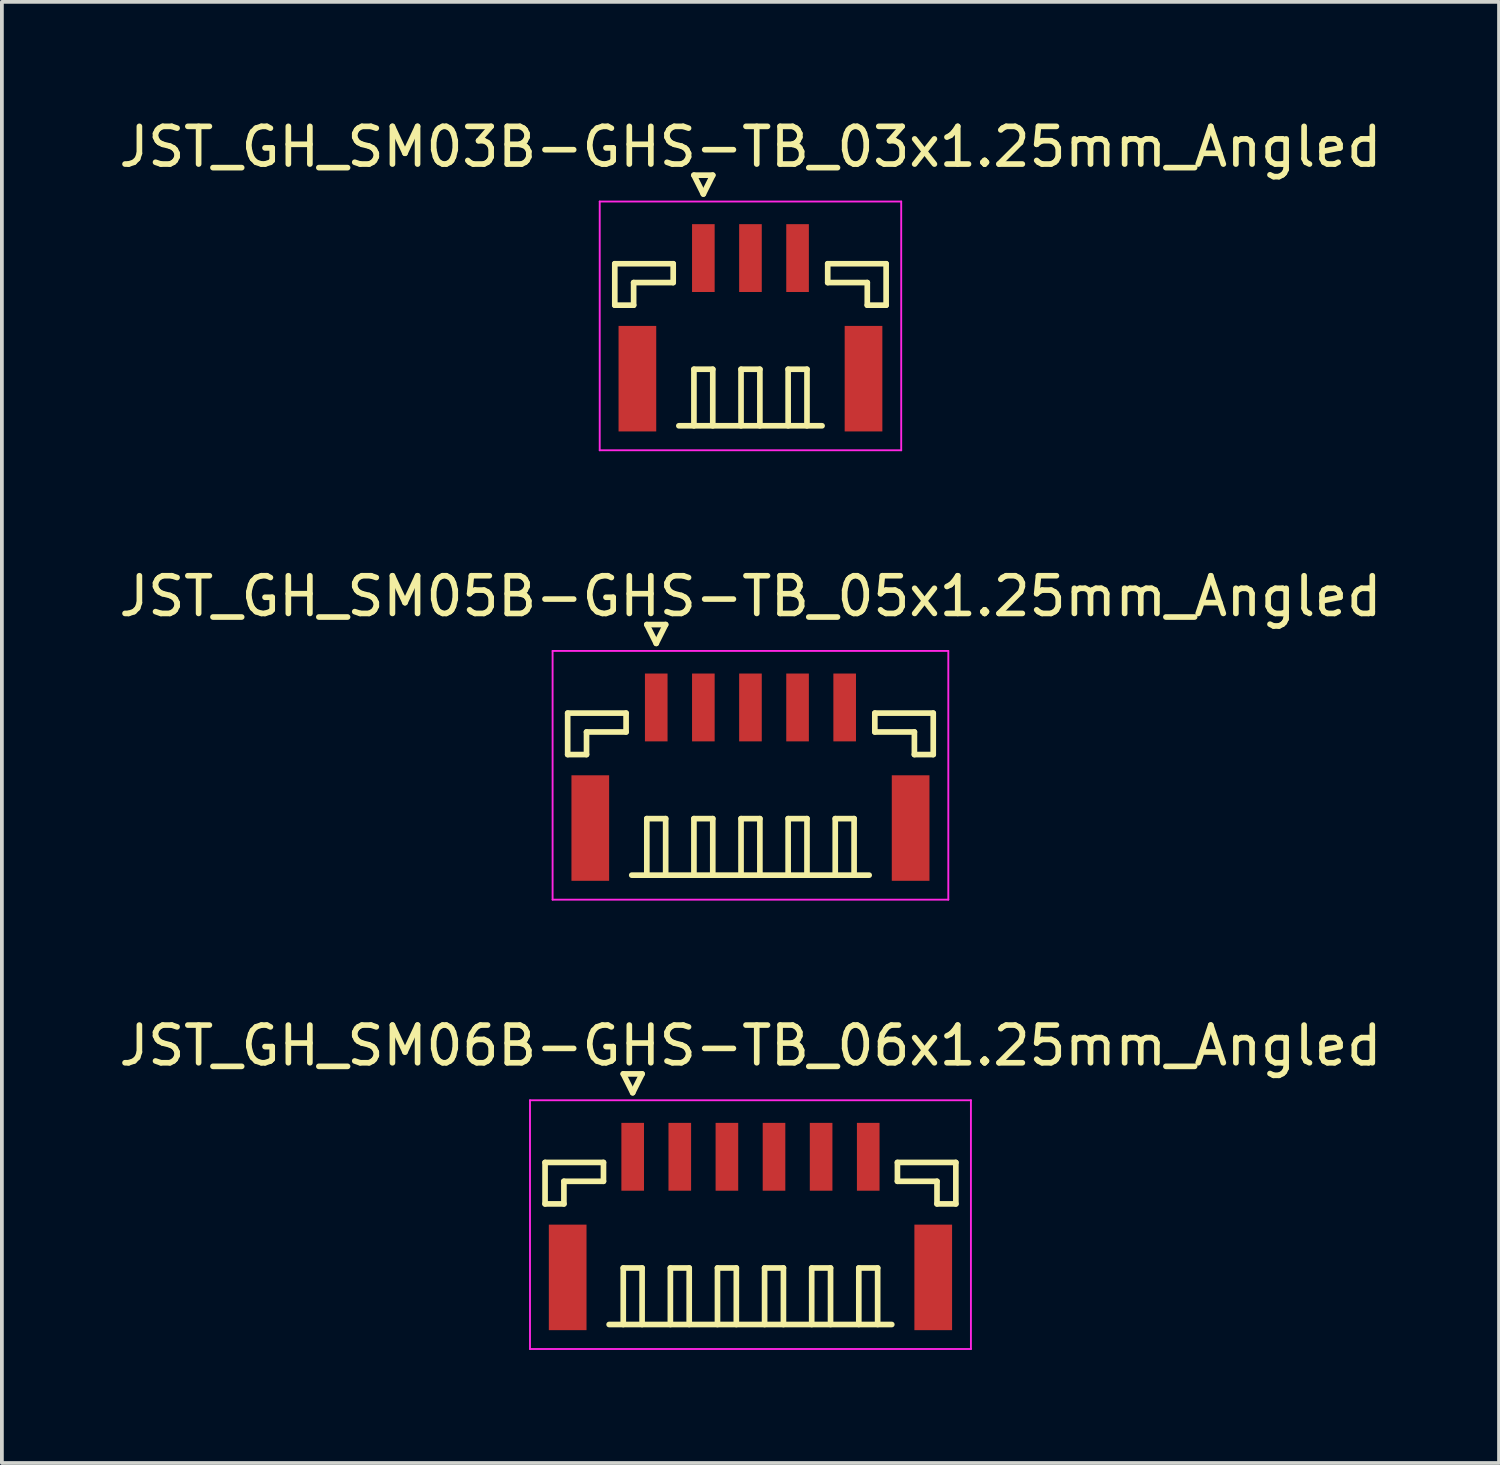
<source format=kicad_pcb>
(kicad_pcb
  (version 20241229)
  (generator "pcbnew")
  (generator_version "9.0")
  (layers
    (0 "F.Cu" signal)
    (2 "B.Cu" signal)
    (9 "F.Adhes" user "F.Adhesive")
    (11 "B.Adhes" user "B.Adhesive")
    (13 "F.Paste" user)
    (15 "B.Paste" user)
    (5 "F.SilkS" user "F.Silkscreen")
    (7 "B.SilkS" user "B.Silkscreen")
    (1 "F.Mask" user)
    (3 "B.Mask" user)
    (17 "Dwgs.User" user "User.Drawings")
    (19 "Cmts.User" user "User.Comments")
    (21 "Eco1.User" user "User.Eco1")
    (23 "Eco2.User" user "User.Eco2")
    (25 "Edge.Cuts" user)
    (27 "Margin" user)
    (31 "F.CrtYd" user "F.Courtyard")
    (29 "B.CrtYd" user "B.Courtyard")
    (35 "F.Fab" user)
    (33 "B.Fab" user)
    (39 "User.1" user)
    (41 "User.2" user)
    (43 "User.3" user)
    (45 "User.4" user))
  (footprint "JST_GH_SM06B-GHS-TB_06x1.25mm_Angled"
    (layer "F.Cu")
    (at 16.863 29.245)
    (property "Reference" "JST_GH_SM06B-GHS-TB_06x1.25mm_Angled" (at 0 -4.55 0) (layer "F.SilkS") (effects (font (size 1 1) (thickness 0.15))))
    (attr smd)
    (fp_line (start -5.45 -1.45) (end -3.9 -1.45) (stroke (width 0.15) (type solid)) (layer "F.SilkS"))
    (fp_line (start -5.45 -0.35) (end -5.45 -1.45) (stroke (width 0.15) (type solid)) (layer "F.SilkS"))
    (fp_line (start -4.95 -0.95) (end -4.95 -0.35) (stroke (width 0.15) (type solid)) (layer "F.SilkS"))
    (fp_line (start -4.95 -0.35) (end -5.45 -0.35) (stroke (width 0.15) (type solid)) (layer "F.SilkS"))
    (fp_line (start -3.9 -1.45) (end -3.9 -0.95) (stroke (width 0.15) (type solid)) (layer "F.SilkS"))
    (fp_line (start -3.9 -0.95) (end -4.95 -0.95) (stroke (width 0.15) (type solid)) (layer "F.SilkS"))
    (fp_line (start -3.75 2.85) (end 3.75 2.85) (stroke (width 0.15) (type solid)) (layer "F.SilkS"))
    (fp_line (start -3.375 -3.8) (end -2.875 -3.8) (stroke (width 0.15) (type solid)) (layer "F.SilkS"))
    (fp_line (start -3.375 1.35) (end -2.875 1.35) (stroke (width 0.15) (type solid)) (layer "F.SilkS"))
    (fp_line (start -3.375 2.85) (end -3.375 1.35) (stroke (width 0.15) (type solid)) (layer "F.SilkS"))
    (fp_line (start -3.125 -3.3) (end -3.375 -3.8) (stroke (width 0.15) (type solid)) (layer "F.SilkS"))
    (fp_line (start -2.875 -3.8) (end -3.125 -3.3) (stroke (width 0.15) (type solid)) (layer "F.SilkS"))
    (fp_line (start -2.875 1.35) (end -2.875 2.85) (stroke (width 0.15) (type solid)) (layer "F.SilkS"))
    (fp_line (start -2.125 1.35) (end -1.625 1.35) (stroke (width 0.15) (type solid)) (layer "F.SilkS"))
    (fp_line (start -2.125 2.85) (end -2.125 1.35) (stroke (width 0.15) (type solid)) (layer "F.SilkS"))
    (fp_line (start -1.625 1.35) (end -1.625 2.85) (stroke (width 0.15) (type solid)) (layer "F.SilkS"))
    (fp_line (start -0.875 1.35) (end -0.375 1.35) (stroke (width 0.15) (type solid)) (layer "F.SilkS"))
    (fp_line (start -0.875 2.85) (end -0.875 1.35) (stroke (width 0.15) (type solid)) (layer "F.SilkS"))
    (fp_line (start -0.375 1.35) (end -0.375 2.85) (stroke (width 0.15) (type solid)) (layer "F.SilkS"))
    (fp_line (start 0.375 1.35) (end 0.875 1.35) (stroke (width 0.15) (type solid)) (layer "F.SilkS"))
    (fp_line (start 0.375 2.85) (end 0.375 1.35) (stroke (width 0.15) (type solid)) (layer "F.SilkS"))
    (fp_line (start 0.875 1.35) (end 0.875 2.85) (stroke (width 0.15) (type solid)) (layer "F.SilkS"))
    (fp_line (start 1.625 1.35) (end 2.125 1.35) (stroke (width 0.15) (type solid)) (layer "F.SilkS"))
    (fp_line (start 1.625 2.85) (end 1.625 1.35) (stroke (width 0.15) (type solid)) (layer "F.SilkS"))
    (fp_line (start 2.125 1.35) (end 2.125 2.85) (stroke (width 0.15) (type solid)) (layer "F.SilkS"))
    (fp_line (start 2.875 1.35) (end 3.375 1.35) (stroke (width 0.15) (type solid)) (layer "F.SilkS"))
    (fp_line (start 2.875 2.85) (end 2.875 1.35) (stroke (width 0.15) (type solid)) (layer "F.SilkS"))
    (fp_line (start 3.375 1.35) (end 3.375 2.85) (stroke (width 0.15) (type solid)) (layer "F.SilkS"))
    (fp_line (start 3.9 -1.45) (end 3.9 -0.95) (stroke (width 0.15) (type solid)) (layer "F.SilkS"))
    (fp_line (start 3.9 -0.95) (end 4.95 -0.95) (stroke (width 0.15) (type solid)) (layer "F.SilkS"))
    (fp_line (start 4.95 -0.95) (end 4.95 -0.35) (stroke (width 0.15) (type solid)) (layer "F.SilkS"))
    (fp_line (start 4.95 -0.35) (end 5.45 -0.35) (stroke (width 0.15) (type solid)) (layer "F.SilkS"))
    (fp_line (start 5.45 -1.45) (end 3.9 -1.45) (stroke (width 0.15) (type solid)) (layer "F.SilkS"))
    (fp_line (start 5.45 -0.35) (end 5.45 -1.45) (stroke (width 0.15) (type solid)) (layer "F.SilkS"))
    (fp_line (start -5.85 -3.1) (end -5.85 3.5) (stroke (width 0.05) (type solid)) (layer "F.CrtYd"))
    (fp_line (start -5.85 3.5) (end 5.85 3.5) (stroke (width 0.05) (type solid)) (layer "F.CrtYd"))
    (fp_line (start 5.85 -3.1) (end -5.85 -3.1) (stroke (width 0.05) (type solid)) (layer "F.CrtYd"))
    (fp_line (start 5.85 3.5) (end 5.85 -3.1) (stroke (width 0.05) (type solid)) (layer "F.CrtYd"))
    (pad "" smd rect (at -4.85 1.6) (size 1 2.8) (layers "F.Cu" "F.Mask" "F.Paste"))
    (pad "" smd rect (at 4.85 1.6) (size 1 2.8) (layers "F.Cu" "F.Mask" "F.Paste"))
    (pad "1" smd rect (at -3.125 -1.6) (size 0.6 1.8) (layers "F.Cu" "F.Mask" "F.Paste"))
    (pad "2" smd rect (at -1.875 -1.6) (size 0.6 1.8) (layers "F.Cu" "F.Mask" "F.Paste"))
    (pad "3" smd rect (at -0.625 -1.6) (size 0.6 1.8) (layers "F.Cu" "F.Mask" "F.Paste"))
    (pad "4" smd rect (at 0.625 -1.6) (size 0.6 1.8) (layers "F.Cu" "F.Mask" "F.Paste"))
    (pad "5" smd rect (at 1.875 -1.6) (size 0.6 1.8) (layers "F.Cu" "F.Mask" "F.Paste"))
    (pad "6" smd rect (at 3.125 -1.6) (size 0.6 1.8) (layers "F.Cu" "F.Mask" "F.Paste")))
  (footprint "JST_GH_SM05B-GHS-TB_05x1.25mm_Angled"
    (layer "F.Cu")
    (at 16.863 17.322)
    (property "Reference" "JST_GH_SM05B-GHS-TB_05x1.25mm_Angled" (at 0 -4.55 0) (layer "F.SilkS") (effects (font (size 1 1) (thickness 0.15))))
    (attr smd)
    (fp_line (start -4.85 -1.45) (end -3.3 -1.45) (stroke (width 0.15) (type solid)) (layer "F.SilkS"))
    (fp_line (start -4.85 -0.35) (end -4.85 -1.45) (stroke (width 0.15) (type solid)) (layer "F.SilkS"))
    (fp_line (start -4.35 -0.95) (end -4.35 -0.35) (stroke (width 0.15) (type solid)) (layer "F.SilkS"))
    (fp_line (start -4.35 -0.35) (end -4.85 -0.35) (stroke (width 0.15) (type solid)) (layer "F.SilkS"))
    (fp_line (start -3.3 -1.45) (end -3.3 -0.95) (stroke (width 0.15) (type solid)) (layer "F.SilkS"))
    (fp_line (start -3.3 -0.95) (end -4.35 -0.95) (stroke (width 0.15) (type solid)) (layer "F.SilkS"))
    (fp_line (start -3.15 2.85) (end 3.15 2.85) (stroke (width 0.15) (type solid)) (layer "F.SilkS"))
    (fp_line (start -2.75 -3.8) (end -2.25 -3.8) (stroke (width 0.15) (type solid)) (layer "F.SilkS"))
    (fp_line (start -2.75 1.35) (end -2.25 1.35) (stroke (width 0.15) (type solid)) (layer "F.SilkS"))
    (fp_line (start -2.75 2.85) (end -2.75 1.35) (stroke (width 0.15) (type solid)) (layer "F.SilkS"))
    (fp_line (start -2.5 -3.3) (end -2.75 -3.8) (stroke (width 0.15) (type solid)) (layer "F.SilkS"))
    (fp_line (start -2.25 -3.8) (end -2.5 -3.3) (stroke (width 0.15) (type solid)) (layer "F.SilkS"))
    (fp_line (start -2.25 1.35) (end -2.25 2.85) (stroke (width 0.15) (type solid)) (layer "F.SilkS"))
    (fp_line (start -1.5 1.35) (end -1 1.35) (stroke (width 0.15) (type solid)) (layer "F.SilkS"))
    (fp_line (start -1.5 2.85) (end -1.5 1.35) (stroke (width 0.15) (type solid)) (layer "F.SilkS"))
    (fp_line (start -1 1.35) (end -1 2.85) (stroke (width 0.15) (type solid)) (layer "F.SilkS"))
    (fp_line (start -0.25 1.35) (end 0.25 1.35) (stroke (width 0.15) (type solid)) (layer "F.SilkS"))
    (fp_line (start -0.25 2.85) (end -0.25 1.35) (stroke (width 0.15) (type solid)) (layer "F.SilkS"))
    (fp_line (start 0.25 1.35) (end 0.25 2.85) (stroke (width 0.15) (type solid)) (layer "F.SilkS"))
    (fp_line (start 1 1.35) (end 1.5 1.35) (stroke (width 0.15) (type solid)) (layer "F.SilkS"))
    (fp_line (start 1 2.85) (end 1 1.35) (stroke (width 0.15) (type solid)) (layer "F.SilkS"))
    (fp_line (start 1.5 1.35) (end 1.5 2.85) (stroke (width 0.15) (type solid)) (layer "F.SilkS"))
    (fp_line (start 2.25 1.35) (end 2.75 1.35) (stroke (width 0.15) (type solid)) (layer "F.SilkS"))
    (fp_line (start 2.25 2.85) (end 2.25 1.35) (stroke (width 0.15) (type solid)) (layer "F.SilkS"))
    (fp_line (start 2.75 1.35) (end 2.75 2.85) (stroke (width 0.15) (type solid)) (layer "F.SilkS"))
    (fp_line (start 3.3 -1.45) (end 3.3 -0.95) (stroke (width 0.15) (type solid)) (layer "F.SilkS"))
    (fp_line (start 3.3 -0.95) (end 4.35 -0.95) (stroke (width 0.15) (type solid)) (layer "F.SilkS"))
    (fp_line (start 4.35 -0.95) (end 4.35 -0.35) (stroke (width 0.15) (type solid)) (layer "F.SilkS"))
    (fp_line (start 4.35 -0.35) (end 4.85 -0.35) (stroke (width 0.15) (type solid)) (layer "F.SilkS"))
    (fp_line (start 4.85 -1.45) (end 3.3 -1.45) (stroke (width 0.15) (type solid)) (layer "F.SilkS"))
    (fp_line (start 4.85 -0.35) (end 4.85 -1.45) (stroke (width 0.15) (type solid)) (layer "F.SilkS"))
    (fp_line (start -5.25 -3.1) (end -5.25 3.5) (stroke (width 0.05) (type solid)) (layer "F.CrtYd"))
    (fp_line (start -5.25 3.5) (end 5.25 3.5) (stroke (width 0.05) (type solid)) (layer "F.CrtYd"))
    (fp_line (start 5.25 -3.1) (end -5.25 -3.1) (stroke (width 0.05) (type solid)) (layer "F.CrtYd"))
    (fp_line (start 5.25 3.5) (end 5.25 -3.1) (stroke (width 0.05) (type solid)) (layer "F.CrtYd"))
    (pad "" smd rect (at -4.25 1.6) (size 1 2.8) (layers "F.Cu" "F.Mask" "F.Paste"))
    (pad "" smd rect (at 4.25 1.6) (size 1 2.8) (layers "F.Cu" "F.Mask" "F.Paste"))
    (pad "1" smd rect (at -2.5 -1.6) (size 0.6 1.8) (layers "F.Cu" "F.Mask" "F.Paste"))
    (pad "2" smd rect (at -1.25 -1.6) (size 0.6 1.8) (layers "F.Cu" "F.Mask" "F.Paste"))
    (pad "3" smd rect (at 0 -1.6) (size 0.6 1.8) (layers "F.Cu" "F.Mask" "F.Paste"))
    (pad "4" smd rect (at 1.25 -1.6) (size 0.6 1.8) (layers "F.Cu" "F.Mask" "F.Paste"))
    (pad "5" smd rect (at 2.5 -1.6) (size 0.6 1.8) (layers "F.Cu" "F.Mask" "F.Paste")))
  (footprint "JST_GH_SM03B-GHS-TB_03x1.25mm_Angled"
    (layer "F.Cu")
    (at 16.863 5.398)
    (property "Reference" "JST_GH_SM03B-GHS-TB_03x1.25mm_Angled" (at 0 -4.55 0) (layer "F.SilkS") (effects (font (size 1 1) (thickness 0.15))))
    (attr smd)
    (fp_line (start -3.6 -1.45) (end -2.05 -1.45) (stroke (width 0.15) (type solid)) (layer "F.SilkS"))
    (fp_line (start -3.6 -0.35) (end -3.6 -1.45) (stroke (width 0.15) (type solid)) (layer "F.SilkS"))
    (fp_line (start -3.1 -0.95) (end -3.1 -0.35) (stroke (width 0.15) (type solid)) (layer "F.SilkS"))
    (fp_line (start -3.1 -0.35) (end -3.6 -0.35) (stroke (width 0.15) (type solid)) (layer "F.SilkS"))
    (fp_line (start -2.05 -1.45) (end -2.05 -0.95) (stroke (width 0.15) (type solid)) (layer "F.SilkS"))
    (fp_line (start -2.05 -0.95) (end -3.1 -0.95) (stroke (width 0.15) (type solid)) (layer "F.SilkS"))
    (fp_line (start -1.9 2.85) (end 1.9 2.85) (stroke (width 0.15) (type solid)) (layer "F.SilkS"))
    (fp_line (start -1.5 -3.8) (end -1 -3.8) (stroke (width 0.15) (type solid)) (layer "F.SilkS"))
    (fp_line (start -1.5 1.35) (end -1 1.35) (stroke (width 0.15) (type solid)) (layer "F.SilkS"))
    (fp_line (start -1.5 2.85) (end -1.5 1.35) (stroke (width 0.15) (type solid)) (layer "F.SilkS"))
    (fp_line (start -1.25 -3.3) (end -1.5 -3.8) (stroke (width 0.15) (type solid)) (layer "F.SilkS"))
    (fp_line (start -1 -3.8) (end -1.25 -3.3) (stroke (width 0.15) (type solid)) (layer "F.SilkS"))
    (fp_line (start -1 1.35) (end -1 2.85) (stroke (width 0.15) (type solid)) (layer "F.SilkS"))
    (fp_line (start -0.25 1.35) (end 0.25 1.35) (stroke (width 0.15) (type solid)) (layer "F.SilkS"))
    (fp_line (start -0.25 2.85) (end -0.25 1.35) (stroke (width 0.15) (type solid)) (layer "F.SilkS"))
    (fp_line (start 0.25 1.35) (end 0.25 2.85) (stroke (width 0.15) (type solid)) (layer "F.SilkS"))
    (fp_line (start 1 1.35) (end 1.5 1.35) (stroke (width 0.15) (type solid)) (layer "F.SilkS"))
    (fp_line (start 1 2.85) (end 1 1.35) (stroke (width 0.15) (type solid)) (layer "F.SilkS"))
    (fp_line (start 1.5 1.35) (end 1.5 2.85) (stroke (width 0.15) (type solid)) (layer "F.SilkS"))
    (fp_line (start 2.05 -1.45) (end 2.05 -0.95) (stroke (width 0.15) (type solid)) (layer "F.SilkS"))
    (fp_line (start 2.05 -0.95) (end 3.1 -0.95) (stroke (width 0.15) (type solid)) (layer "F.SilkS"))
    (fp_line (start 3.1 -0.95) (end 3.1 -0.35) (stroke (width 0.15) (type solid)) (layer "F.SilkS"))
    (fp_line (start 3.1 -0.35) (end 3.6 -0.35) (stroke (width 0.15) (type solid)) (layer "F.SilkS"))
    (fp_line (start 3.6 -1.45) (end 2.05 -1.45) (stroke (width 0.15) (type solid)) (layer "F.SilkS"))
    (fp_line (start 3.6 -0.35) (end 3.6 -1.45) (stroke (width 0.15) (type solid)) (layer "F.SilkS"))
    (fp_line (start -4 -3.1) (end -4 3.5) (stroke (width 0.05) (type solid)) (layer "F.CrtYd"))
    (fp_line (start -4 3.5) (end 4 3.5) (stroke (width 0.05) (type solid)) (layer "F.CrtYd"))
    (fp_line (start 4 -3.1) (end -4 -3.1) (stroke (width 0.05) (type solid)) (layer "F.CrtYd"))
    (fp_line (start 4 3.5) (end 4 -3.1) (stroke (width 0.05) (type solid)) (layer "F.CrtYd"))
    (pad "" smd rect (at -3 1.6) (size 1 2.8) (layers "F.Cu" "F.Mask" "F.Paste"))
    (pad "" smd rect (at 3 1.6) (size 1 2.8) (layers "F.Cu" "F.Mask" "F.Paste"))
    (pad "1" smd rect (at -1.25 -1.6) (size 0.6 1.8) (layers "F.Cu" "F.Mask" "F.Paste"))
    (pad "2" smd rect (at 0 -1.6) (size 0.6 1.8) (layers "F.Cu" "F.Mask" "F.Paste"))
    (pad "3" smd rect (at 1.25 -1.6) (size 0.6 1.8) (layers "F.Cu" "F.Mask" "F.Paste")))
  (gr_rect
    (start -3 -3)
    (end 36.726 35.77)
    (stroke (width 0.1) (type default))
    (fill no)
    (layer "Edge.Cuts")))
</source>
